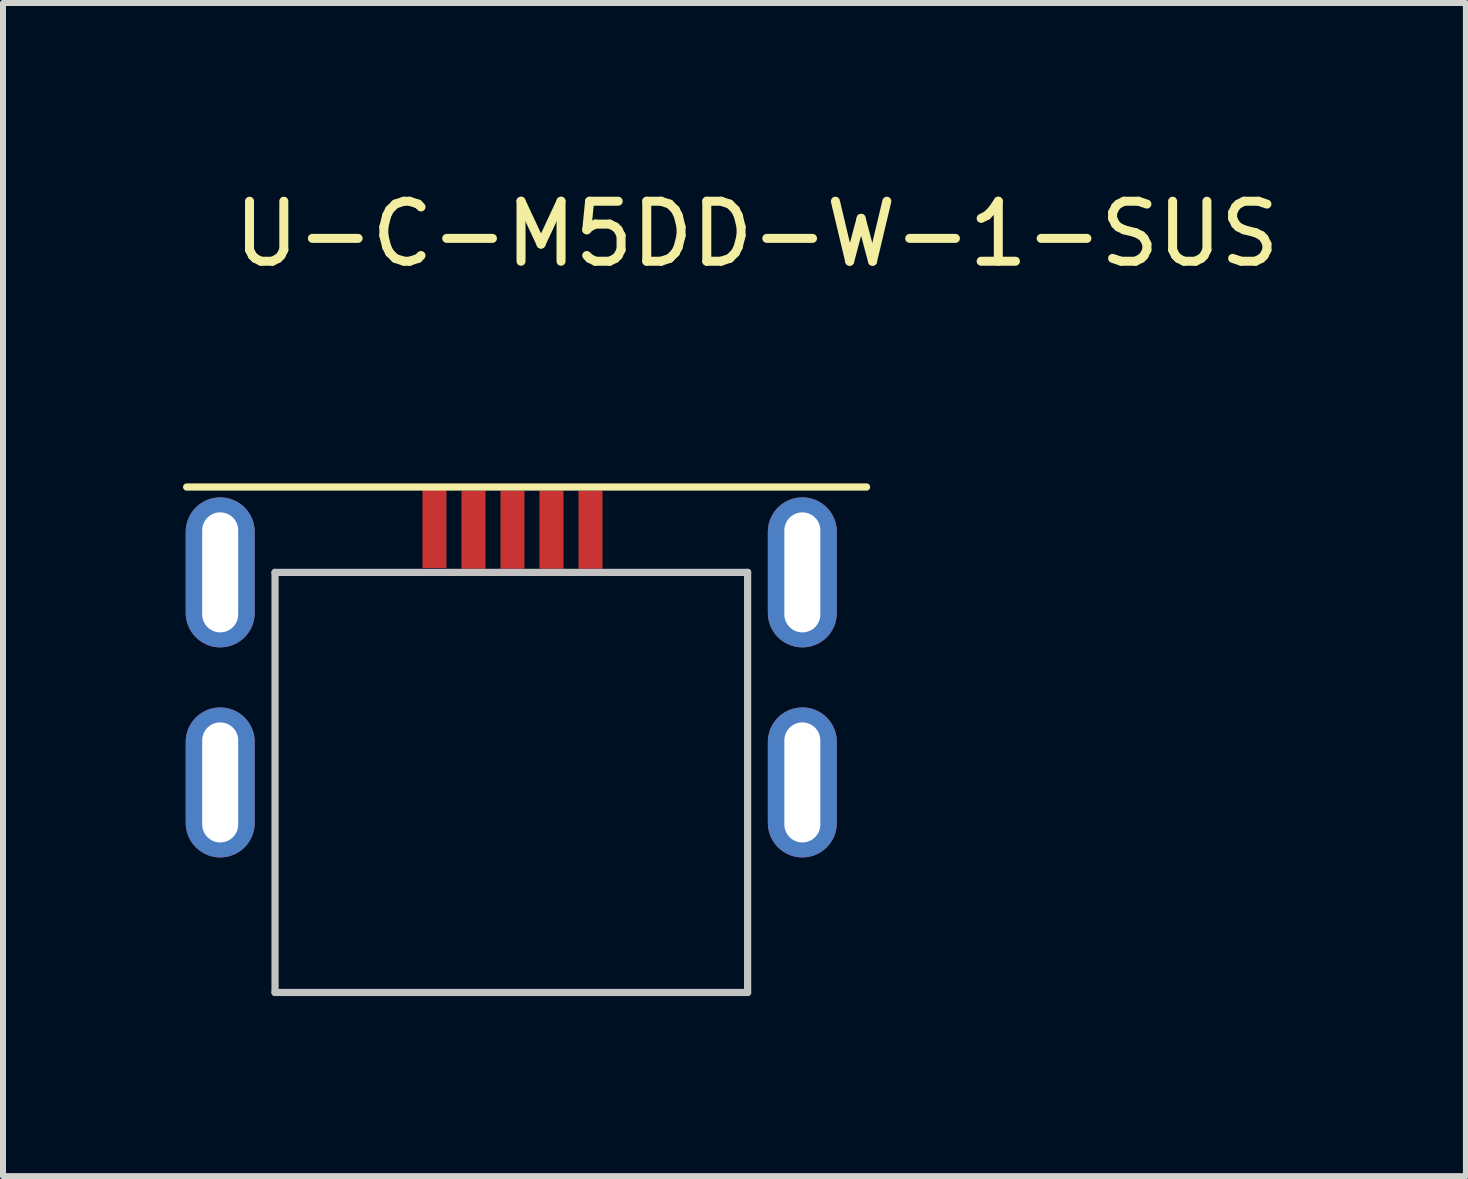
<source format=kicad_pcb>
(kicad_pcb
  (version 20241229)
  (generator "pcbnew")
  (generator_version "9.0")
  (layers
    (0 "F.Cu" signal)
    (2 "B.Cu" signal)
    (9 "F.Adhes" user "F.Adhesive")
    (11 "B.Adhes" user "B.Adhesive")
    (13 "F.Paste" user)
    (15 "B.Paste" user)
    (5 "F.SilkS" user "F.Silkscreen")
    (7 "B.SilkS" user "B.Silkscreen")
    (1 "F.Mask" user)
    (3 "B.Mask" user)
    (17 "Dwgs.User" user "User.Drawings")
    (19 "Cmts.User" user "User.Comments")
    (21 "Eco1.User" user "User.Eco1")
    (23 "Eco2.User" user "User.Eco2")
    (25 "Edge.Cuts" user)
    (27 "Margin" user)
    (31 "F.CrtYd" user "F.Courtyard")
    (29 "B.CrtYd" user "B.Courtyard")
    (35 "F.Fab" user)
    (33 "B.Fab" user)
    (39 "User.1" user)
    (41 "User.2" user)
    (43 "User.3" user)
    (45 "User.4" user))
  (footprint "U-C-M5DD-W-1-SUS"
    (layer "F.Cu")
    (at 0.619 6.487)
    (property "Reference" "U-C-M5DD-W-1-SUS" (at 8.941 -5.639 0) (layer "F.SilkS") (effects (font (size 1 1) (thickness 0.15))))
    (attr through_hole)
    (fp_line (start -0.559 -1.422) (end 10.77 -1.422) (stroke (width 0.12) (type solid)) (layer "F.SilkS"))
    (fp_line (start 0.914 0) (end 0.914 7) (stroke (width 0.12) (type solid)) (layer "Dwgs.User"))
    (fp_line (start 0.914 7) (end 8.788 7) (stroke (width 0.12) (type solid)) (layer "Dwgs.User"))
    (fp_line (start 8.788 0) (end 0.914 0) (stroke (width 0.12) (type solid)) (layer "Dwgs.User"))
    (fp_line (start 8.788 7) (end 8.788 0) (stroke (width 0.12) (type solid)) (layer "Dwgs.User"))
    (pad "1" thru_hole oval (at 0 0) (size 1.15 2.5) (drill oval 0.6 2) (layers "*.Cu" "*.Mask"))
    (pad "1" thru_hole oval (at 0 3.5) (size 1.15 2.5) (drill oval 0.6 2) (layers "*.Cu" "*.Mask"))
    (pad "1" thru_hole oval (at 9.7 0) (size 1.15 2.5) (drill oval 0.6 2) (layers "*.Cu" "*.Mask"))
    (pad "1" thru_hole oval (at 9.7 3.5) (size 1.15 2.5) (drill oval 0.6 2) (layers "*.Cu" "*.Mask"))
    (pad "2" smd rect (at 3.57 -0.722) (size 0.4 1.3) (layers "F.Cu" "F.Mask" "F.Paste"))
    (pad "2" smd rect (at 4.22 -0.711) (size 0.4 1.3) (layers "F.Cu" "F.Mask" "F.Paste"))
    (pad "2" smd rect (at 4.87 -0.711) (size 0.4 1.3) (layers "F.Cu" "F.Mask" "F.Paste"))
    (pad "2" smd rect (at 5.52 -0.711) (size 0.4 1.3) (layers "F.Cu" "F.Mask" "F.Paste"))
    (pad "2" smd rect (at 6.17 -0.711) (size 0.4 1.3) (layers "F.Cu" "F.Mask" "F.Paste")))
  (gr_rect
    (start -3 -3)
    (end 21.375 16.547)
    (stroke (width 0.1) (type default))
    (fill no)
    (layer "Edge.Cuts")))
</source>
